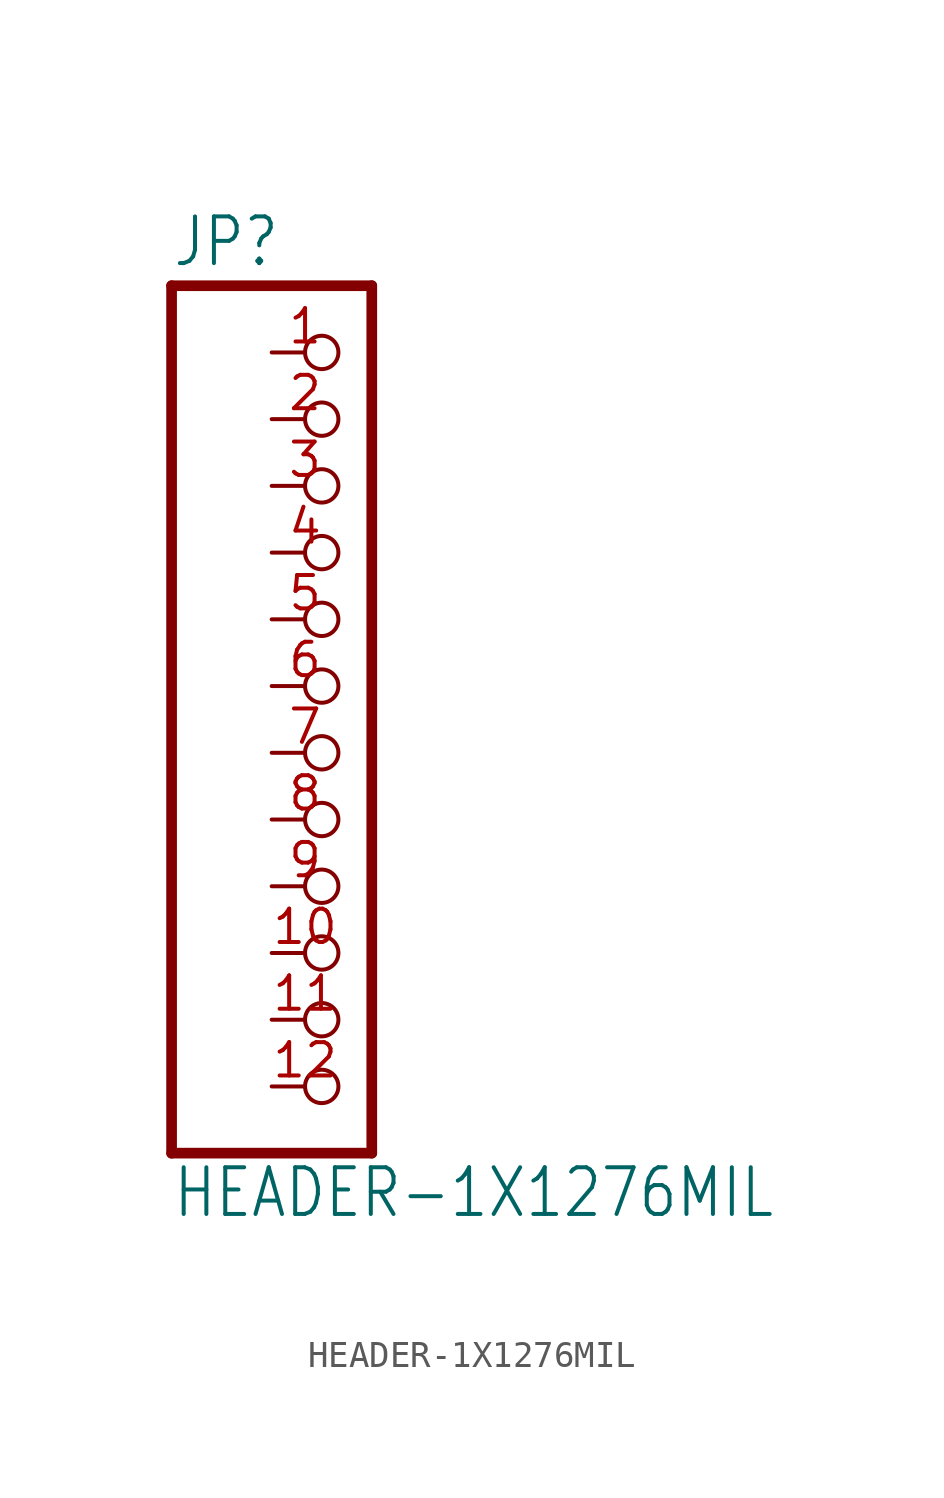
<source format=kicad_sym>
(kicad_symbol_lib
  (version 20211014)
  (generator kicad_symbol_editor)
  (symbol "HEADER-1X1276MIL"
    (property "Reference" "JP"
      (at -6.35 18.415 0)
      (effects (font (size 1.778 1.511)) (justify left bottom)))
    (property "Value" "HEADER-1X1276MIL"
      (at -6.35 -17.78 0)
      (effects (font (size 1.778 1.511)) (justify left bottom)))
    (property "ki_locked" ""
      (at 0 0 0)
      (effects (font (size 1.27 1.27))))
    (symbol "HEADER-1X1276MIL_1_0"
      (polyline (pts (xy -6.35 -15.24) (xy 1.27 -15.24)) (stroke (width 0.406) (type default) (color 0 0 0 0)) (fill (type none)))
      (polyline (pts (xy -6.35 17.78) (xy -6.35 -15.24)) (stroke (width 0.406) (type default) (color 0 0 0 0)) (fill (type none)))
      (polyline (pts (xy 1.27 -15.24) (xy 1.27 17.78)) (stroke (width 0.406) (type default) (color 0 0 0 0)) (fill (type none)))
      (polyline (pts (xy 1.27 17.78) (xy -6.35 17.78)) (stroke (width 0.406) (type default) (color 0 0 0 0)) (fill (type none)))
      (pin passive inverted (at -2.54 15.24 0) (length 2.54) (name "1" (effects (font (size 0 0)))) (number "1" (effects (font (size 1.27 1.27)))))
      (pin passive inverted (at -2.54 -7.62 0) (length 2.54) (name "10" (effects (font (size 0 0)))) (number "10" (effects (font (size 1.27 1.27)))))
      (pin passive inverted (at -2.54 -10.16 0) (length 2.54) (name "11" (effects (font (size 0 0)))) (number "11" (effects (font (size 1.27 1.27)))))
      (pin passive inverted (at -2.54 -12.7 0) (length 2.54) (name "12" (effects (font (size 0 0)))) (number "12" (effects (font (size 1.27 1.27)))))
      (pin passive inverted (at -2.54 12.7 0) (length 2.54) (name "2" (effects (font (size 0 0)))) (number "2" (effects (font (size 1.27 1.27)))))
      (pin passive inverted (at -2.54 10.16 0) (length 2.54) (name "3" (effects (font (size 0 0)))) (number "3" (effects (font (size 1.27 1.27)))))
      (pin passive inverted (at -2.54 7.62 0) (length 2.54) (name "4" (effects (font (size 0 0)))) (number "4" (effects (font (size 1.27 1.27)))))
      (pin passive inverted (at -2.54 5.08 0) (length 2.54) (name "5" (effects (font (size 0 0)))) (number "5" (effects (font (size 1.27 1.27)))))
      (pin passive inverted (at -2.54 2.54 0) (length 2.54) (name "6" (effects (font (size 0 0)))) (number "6" (effects (font (size 1.27 1.27)))))
      (pin passive inverted (at -2.54 0 0) (length 2.54) (name "7" (effects (font (size 0 0)))) (number "7" (effects (font (size 1.27 1.27)))))
      (pin passive inverted (at -2.54 -2.54 0) (length 2.54) (name "8" (effects (font (size 0 0)))) (number "8" (effects (font (size 1.27 1.27)))))
      (pin passive inverted (at -2.54 -5.08 0) (length 2.54) (name "9" (effects (font (size 0 0)))) (number "9" (effects (font (size 1.27 1.27))))))))
</source>
